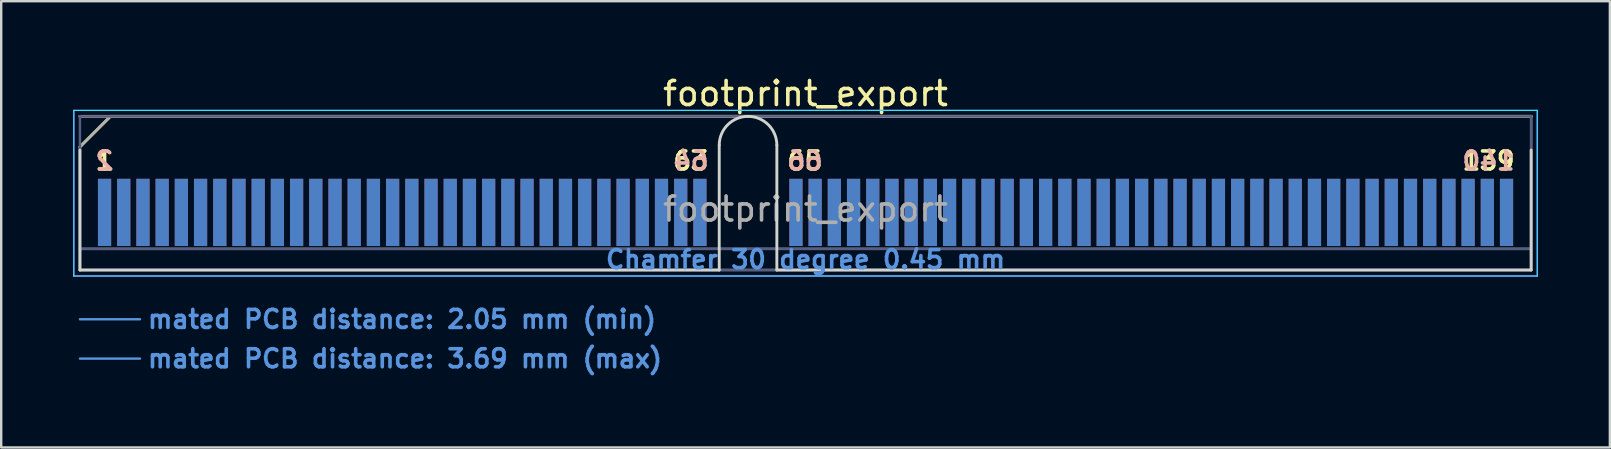
<source format=kicad_pcb>
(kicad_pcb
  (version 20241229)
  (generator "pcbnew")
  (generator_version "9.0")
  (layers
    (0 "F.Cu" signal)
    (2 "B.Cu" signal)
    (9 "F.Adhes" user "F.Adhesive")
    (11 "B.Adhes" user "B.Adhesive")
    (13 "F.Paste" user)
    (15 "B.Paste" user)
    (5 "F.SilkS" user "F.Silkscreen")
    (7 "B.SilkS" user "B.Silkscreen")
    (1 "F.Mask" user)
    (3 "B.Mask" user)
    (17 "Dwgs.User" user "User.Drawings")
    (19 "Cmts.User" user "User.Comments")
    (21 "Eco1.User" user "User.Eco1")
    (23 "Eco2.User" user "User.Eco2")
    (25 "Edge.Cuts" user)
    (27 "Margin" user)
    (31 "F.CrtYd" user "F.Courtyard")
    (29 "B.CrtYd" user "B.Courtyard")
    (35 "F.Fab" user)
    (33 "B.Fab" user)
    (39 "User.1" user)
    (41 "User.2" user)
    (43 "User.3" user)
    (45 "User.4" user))
  (footprint "footprint_export"
    (layer "F.Cu")
    (at 30.505 8.198)
    (property "Reference" "footprint_export" (at 0 -7.35 0) (layer "F.SilkS") (effects (font (size 1 1) (thickness 0.15))))
    (attr exclude_from_pos_files exclude_from_bom)
    (fp_line (start -30.225 -5.13) (end -28.955 -6.4) (stroke (width 0.12) (type solid)) (layer "F.SilkS"))
    (fp_line (start -28.955 -6.4) (end 30.225 -6.4) (stroke (width 0.12) (type solid)) (layer "F.SilkS"))
    (fp_line (start -30.225 -6.4) (end -30.225 -6.4) (stroke (width 0.12) (type solid)) (layer "B.SilkS"))
    (fp_line (start -30.225 -6.4) (end 30.225 -6.4) (stroke (width 0.12) (type solid)) (layer "B.SilkS"))
    (fp_line (start -30.225 2.05) (end -27.725 2.05) (stroke (width 0.1) (type solid)) (layer "Cmts.User"))
    (fp_line (start -30.225 3.69) (end -27.725 3.69) (stroke (width 0.1) (type solid)) (layer "Cmts.User"))
    (fp_line (start -30.225 -5) (end -30.225 0) (stroke (width 0.12) (type solid)) (layer "Edge.Cuts"))
    (fp_line (start -30.225 0) (end -3.595 0) (stroke (width 0.12) (type solid)) (layer "Edge.Cuts"))
    (fp_line (start -3.595 0) (end -3.595 -5.2) (stroke (width 0.12) (type solid)) (layer "Edge.Cuts"))
    (fp_line (start -1.195 -5.2) (end -1.195 0) (stroke (width 0.12) (type solid)) (layer "Edge.Cuts"))
    (fp_line (start -1.195 0) (end 30.225 0) (stroke (width 0.12) (type solid)) (layer "Edge.Cuts"))
    (fp_line (start 30.225 0) (end 30.225 -5) (stroke (width 0.12) (type solid)) (layer "Edge.Cuts"))
    (fp_arc (start -3.595 -5.2) (mid -2.395 -6.4) (end -1.195 -5.2) (stroke (width 0.12) (type solid)) (layer "Edge.Cuts"))
    (fp_line (start -30.48 -6.65) (end -30.48 0.25) (stroke (width 0.05) (type solid)) (layer "B.CrtYd"))
    (fp_line (start -30.48 0.25) (end 30.48 0.25) (stroke (width 0.05) (type solid)) (layer "B.CrtYd"))
    (fp_line (start 30.48 -6.65) (end -30.48 -6.65) (stroke (width 0.05) (type solid)) (layer "B.CrtYd"))
    (fp_line (start 30.48 0.25) (end 30.48 -6.65) (stroke (width 0.05) (type solid)) (layer "B.CrtYd"))
    (fp_line (start -30.48 -6.65) (end -30.48 0.25) (stroke (width 0.05) (type solid)) (layer "F.CrtYd"))
    (fp_line (start -30.48 0.25) (end 30.48 0.25) (stroke (width 0.05) (type solid)) (layer "F.CrtYd"))
    (fp_line (start 30.48 -6.65) (end -30.48 -6.65) (stroke (width 0.05) (type solid)) (layer "F.CrtYd"))
    (fp_line (start 30.48 0.25) (end 30.48 -6.65) (stroke (width 0.05) (type solid)) (layer "F.CrtYd"))
    (fp_line (start -30.225 -6.4) (end -30.225 -6.4) (stroke (width 0.1) (type solid)) (layer "B.Fab"))
    (fp_line (start -30.225 -6.4) (end -30.225 0) (stroke (width 0.1) (type solid)) (layer "B.Fab"))
    (fp_line (start -30.225 -6.4) (end 30.225 -6.4) (stroke (width 0.1) (type solid)) (layer "B.Fab"))
    (fp_line (start -30.225 -0.88) (end 30.225 -0.88) (stroke (width 0.1) (type solid)) (layer "B.Fab"))
    (fp_line (start -30.225 0) (end 30.225 0) (stroke (width 0.1) (type solid)) (layer "B.Fab"))
    (fp_line (start 30.225 -6.4) (end 30.225 0) (stroke (width 0.1) (type solid)) (layer "B.Fab"))
    (fp_line (start -30.225 -5.13) (end -30.225 0) (stroke (width 0.1) (type solid)) (layer "F.Fab"))
    (fp_line (start -30.225 -5.13) (end -28.955 -6.4) (stroke (width 0.1) (type solid)) (layer "F.Fab"))
    (fp_line (start -30.225 -0.88) (end 30.225 -0.88) (stroke (width 0.1) (type solid)) (layer "F.Fab"))
    (fp_line (start -30.225 0) (end 30.225 0) (stroke (width 0.1) (type solid)) (layer "F.Fab"))
    (fp_line (start -28.955 -6.4) (end 30.225 -6.4) (stroke (width 0.1) (type solid)) (layer "F.Fab"))
    (fp_line (start 30.225 -6.4) (end 30.225 0) (stroke (width 0.1) (type solid)) (layer "F.Fab"))
    (fp_text user "139" (at 28.45 -4.55 0) (layer "F.SilkS") (effects (font (size 0.75 0.75) (thickness 0.15))))
    (fp_text user "63" (at -4.775 -4.55 0) (layer "F.SilkS") (effects (font (size 0.75 0.75) (thickness 0.15))))
    (fp_text user "1" (at -29.2 -4.55 0) (layer "F.SilkS") (effects (font (size 0.75 0.75) (thickness 0.15))))
    (fp_text user "65" (at -0.025 -4.55 0) (layer "F.SilkS") (effects (font (size 0.75 0.75) (thickness 0.15))))
    (fp_text user "140" (at 28.45 -4.55 0) (layer "B.SilkS") (effects (font (size 0.75 0.75) (thickness 0.15)) (justify mirror)))
    (fp_text user "64" (at -4.775 -4.55 0) (layer "B.SilkS") (effects (font (size 0.75 0.75) (thickness 0.15)) (justify mirror)))
    (fp_text user "66" (at -0.025 -4.55 0) (layer "B.SilkS") (effects (font (size 0.75 0.75) (thickness 0.15)) (justify mirror)))
    (fp_text user "2" (at -29.2 -4.55 0) (layer "B.SilkS") (effects (font (size 0.75 0.75) (thickness 0.15)) (justify mirror)))
    (fp_text user "mated PCB distance: 3.69 mm (max)" (at -27.48 3.69 0) (layer "Cmts.User") (effects (font (size 0.75 0.75) (thickness 0.15)) (justify left)))
    (fp_text user "mated PCB distance: 2.05 mm (min)" (at -27.48 2.05 0) (layer "Cmts.User") (effects (font (size 0.75 0.75) (thickness 0.15)) (justify left)))
    (fp_text user "Chamfer 30 degree 0.45 mm" (at 0 -0.44 0) (layer "Cmts.User") (effects (font (size 0.75 0.75) (thickness 0.15))))
    (fp_text user "${REFERENCE}" (at 0 -2.54 0) (layer "F.Fab") (effects (font (size 1 1) (thickness 0.15))))
    (pad "1" connect rect (at -29.2 -2.4) (size 0.55 2.8) (layers "F.Cu" "F.Mask"))
    (pad "2" connect rect (at -29.2 -2.4) (size 0.55 2.8) (layers "B.Cu" "B.Mask"))
    (pad "3" connect rect (at -28.4 -2.4) (size 0.55 2.8) (layers "F.Cu" "F.Mask"))
    (pad "4" connect rect (at -28.4 -2.4) (size 0.55 2.8) (layers "B.Cu" "B.Mask"))
    (pad "5" connect rect (at -27.6 -2.4) (size 0.55 2.8) (layers "F.Cu" "F.Mask"))
    (pad "6" connect rect (at -27.6 -2.4) (size 0.55 2.8) (layers "B.Cu" "B.Mask"))
    (pad "7" connect rect (at -26.8 -2.4) (size 0.55 2.8) (layers "F.Cu" "F.Mask"))
    (pad "8" connect rect (at -26.8 -2.4) (size 0.55 2.8) (layers "B.Cu" "B.Mask"))
    (pad "9" connect rect (at -26 -2.4) (size 0.55 2.8) (layers "F.Cu" "F.Mask"))
    (pad "10" connect rect (at -26 -2.4) (size 0.55 2.8) (layers "B.Cu" "B.Mask"))
    (pad "11" connect rect (at -25.2 -2.4) (size 0.55 2.8) (layers "F.Cu" "F.Mask"))
    (pad "12" connect rect (at -25.2 -2.4) (size 0.55 2.8) (layers "B.Cu" "B.Mask"))
    (pad "13" connect rect (at -24.4 -2.4) (size 0.55 2.8) (layers "F.Cu" "F.Mask"))
    (pad "14" connect rect (at -24.4 -2.4) (size 0.55 2.8) (layers "B.Cu" "B.Mask"))
    (pad "15" connect rect (at -23.6 -2.4) (size 0.55 2.8) (layers "F.Cu" "F.Mask"))
    (pad "16" connect rect (at -23.6 -2.4) (size 0.55 2.8) (layers "B.Cu" "B.Mask"))
    (pad "17" connect rect (at -22.8 -2.4) (size 0.55 2.8) (layers "F.Cu" "F.Mask"))
    (pad "18" connect rect (at -22.8 -2.4) (size 0.55 2.8) (layers "B.Cu" "B.Mask"))
    (pad "19" connect rect (at -22 -2.4) (size 0.55 2.8) (layers "F.Cu" "F.Mask"))
    (pad "20" connect rect (at -22 -2.4) (size 0.55 2.8) (layers "B.Cu" "B.Mask"))
    (pad "21" connect rect (at -21.2 -2.4) (size 0.55 2.8) (layers "F.Cu" "F.Mask"))
    (pad "22" connect rect (at -21.2 -2.4) (size 0.55 2.8) (layers "B.Cu" "B.Mask"))
    (pad "23" connect rect (at -20.4 -2.4) (size 0.55 2.8) (layers "F.Cu" "F.Mask"))
    (pad "24" connect rect (at -20.4 -2.4) (size 0.55 2.8) (layers "B.Cu" "B.Mask"))
    (pad "25" connect rect (at -19.6 -2.4) (size 0.55 2.8) (layers "F.Cu" "F.Mask"))
    (pad "26" connect rect (at -19.6 -2.4) (size 0.55 2.8) (layers "B.Cu" "B.Mask"))
    (pad "27" connect rect (at -18.8 -2.4) (size 0.55 2.8) (layers "F.Cu" "F.Mask"))
    (pad "28" connect rect (at -18.8 -2.4) (size 0.55 2.8) (layers "B.Cu" "B.Mask"))
    (pad "29" connect rect (at -18 -2.4) (size 0.55 2.8) (layers "F.Cu" "F.Mask"))
    (pad "30" connect rect (at -18 -2.4) (size 0.55 2.8) (layers "B.Cu" "B.Mask"))
    (pad "31" connect rect (at -17.2 -2.4) (size 0.55 2.8) (layers "F.Cu" "F.Mask"))
    (pad "32" connect rect (at -17.2 -2.4) (size 0.55 2.8) (layers "B.Cu" "B.Mask"))
    (pad "33" connect rect (at -16.4 -2.4) (size 0.55 2.8) (layers "F.Cu" "F.Mask"))
    (pad "34" connect rect (at -16.4 -2.4) (size 0.55 2.8) (layers "B.Cu" "B.Mask"))
    (pad "35" connect rect (at -15.6 -2.4) (size 0.55 2.8) (layers "F.Cu" "F.Mask"))
    (pad "36" connect rect (at -15.6 -2.4) (size 0.55 2.8) (layers "B.Cu" "B.Mask"))
    (pad "37" connect rect (at -14.8 -2.4) (size 0.55 2.8) (layers "F.Cu" "F.Mask"))
    (pad "38" connect rect (at -14.8 -2.4) (size 0.55 2.8) (layers "B.Cu" "B.Mask"))
    (pad "39" connect rect (at -14 -2.4) (size 0.55 2.8) (layers "F.Cu" "F.Mask"))
    (pad "40" connect rect (at -14 -2.4) (size 0.55 2.8) (layers "B.Cu" "B.Mask"))
    (pad "41" connect rect (at -13.2 -2.4) (size 0.55 2.8) (layers "F.Cu" "F.Mask"))
    (pad "42" connect rect (at -13.2 -2.4) (size 0.55 2.8) (layers "B.Cu" "B.Mask"))
    (pad "43" connect rect (at -12.4 -2.4) (size 0.55 2.8) (layers "F.Cu" "F.Mask"))
    (pad "44" connect rect (at -12.4 -2.4) (size 0.55 2.8) (layers "B.Cu" "B.Mask"))
    (pad "45" connect rect (at -11.6 -2.4) (size 0.55 2.8) (layers "F.Cu" "F.Mask"))
    (pad "46" connect rect (at -11.6 -2.4) (size 0.55 2.8) (layers "B.Cu" "B.Mask"))
    (pad "47" connect rect (at -10.8 -2.4) (size 0.55 2.8) (layers "F.Cu" "F.Mask"))
    (pad "48" connect rect (at -10.8 -2.4) (size 0.55 2.8) (layers "B.Cu" "B.Mask"))
    (pad "49" connect rect (at -10 -2.4) (size 0.55 2.8) (layers "F.Cu" "F.Mask"))
    (pad "50" connect rect (at -10 -2.4) (size 0.55 2.8) (layers "B.Cu" "B.Mask"))
    (pad "51" connect rect (at -9.2 -2.4) (size 0.55 2.8) (layers "F.Cu" "F.Mask"))
    (pad "52" connect rect (at -9.2 -2.4) (size 0.55 2.8) (layers "B.Cu" "B.Mask"))
    (pad "53" connect rect (at -8.4 -2.4) (size 0.55 2.8) (layers "F.Cu" "F.Mask"))
    (pad "54" connect rect (at -8.4 -2.4) (size 0.55 2.8) (layers "B.Cu" "B.Mask"))
    (pad "55" connect rect (at -7.6 -2.4) (size 0.55 2.8) (layers "F.Cu" "F.Mask"))
    (pad "56" connect rect (at -7.6 -2.4) (size 0.55 2.8) (layers "B.Cu" "B.Mask"))
    (pad "57" connect rect (at -6.8 -2.4) (size 0.55 2.8) (layers "F.Cu" "F.Mask"))
    (pad "58" connect rect (at -6.8 -2.4) (size 0.55 2.8) (layers "B.Cu" "B.Mask"))
    (pad "59" connect rect (at -6 -2.4) (size 0.55 2.8) (layers "F.Cu" "F.Mask"))
    (pad "60" connect rect (at -6 -2.4) (size 0.55 2.8) (layers "B.Cu" "B.Mask"))
    (pad "61" connect rect (at -5.2 -2.4) (size 0.55 2.8) (layers "F.Cu" "F.Mask"))
    (pad "62" connect rect (at -5.2 -2.4) (size 0.55 2.8) (layers "B.Cu" "B.Mask"))
    (pad "63" connect rect (at -4.4 -2.4) (size 0.55 2.8) (layers "F.Cu" "F.Mask"))
    (pad "64" connect rect (at -4.4 -2.4) (size 0.55 2.8) (layers "B.Cu" "B.Mask"))
    (pad "65" connect rect (at -0.4 -2.4) (size 0.55 2.8) (layers "F.Cu" "F.Mask"))
    (pad "66" connect rect (at -0.4 -2.4) (size 0.55 2.8) (layers "B.Cu" "B.Mask"))
    (pad "67" connect rect (at 0.4 -2.4) (size 0.55 2.8) (layers "F.Cu" "F.Mask"))
    (pad "68" connect rect (at 0.4 -2.4) (size 0.55 2.8) (layers "B.Cu" "B.Mask"))
    (pad "69" connect rect (at 1.2 -2.4) (size 0.55 2.8) (layers "F.Cu" "F.Mask"))
    (pad "70" connect rect (at 1.2 -2.4) (size 0.55 2.8) (layers "B.Cu" "B.Mask"))
    (pad "71" connect rect (at 2 -2.4) (size 0.55 2.8) (layers "F.Cu" "F.Mask"))
    (pad "72" connect rect (at 2 -2.4) (size 0.55 2.8) (layers "B.Cu" "B.Mask"))
    (pad "73" connect rect (at 2.8 -2.4) (size 0.55 2.8) (layers "F.Cu" "F.Mask"))
    (pad "74" connect rect (at 2.8 -2.4) (size 0.55 2.8) (layers "B.Cu" "B.Mask"))
    (pad "75" connect rect (at 3.6 -2.4) (size 0.55 2.8) (layers "F.Cu" "F.Mask"))
    (pad "76" connect rect (at 3.6 -2.4) (size 0.55 2.8) (layers "B.Cu" "B.Mask"))
    (pad "77" connect rect (at 4.4 -2.4) (size 0.55 2.8) (layers "F.Cu" "F.Mask"))
    (pad "78" connect rect (at 4.4 -2.4) (size 0.55 2.8) (layers "B.Cu" "B.Mask"))
    (pad "79" connect rect (at 5.2 -2.4) (size 0.55 2.8) (layers "F.Cu" "F.Mask"))
    (pad "80" connect rect (at 5.2 -2.4) (size 0.55 2.8) (layers "B.Cu" "B.Mask"))
    (pad "81" connect rect (at 6 -2.4) (size 0.55 2.8) (layers "F.Cu" "F.Mask"))
    (pad "82" connect rect (at 6 -2.4) (size 0.55 2.8) (layers "B.Cu" "B.Mask"))
    (pad "83" connect rect (at 6.8 -2.4) (size 0.55 2.8) (layers "F.Cu" "F.Mask"))
    (pad "84" connect rect (at 6.8 -2.4) (size 0.55 2.8) (layers "B.Cu" "B.Mask"))
    (pad "85" connect rect (at 7.6 -2.4) (size 0.55 2.8) (layers "F.Cu" "F.Mask"))
    (pad "86" connect rect (at 7.6 -2.4) (size 0.55 2.8) (layers "B.Cu" "B.Mask"))
    (pad "87" connect rect (at 8.4 -2.4) (size 0.55 2.8) (layers "F.Cu" "F.Mask"))
    (pad "88" connect rect (at 8.4 -2.4) (size 0.55 2.8) (layers "B.Cu" "B.Mask"))
    (pad "89" connect rect (at 9.2 -2.4) (size 0.55 2.8) (layers "F.Cu" "F.Mask"))
    (pad "90" connect rect (at 9.2 -2.4) (size 0.55 2.8) (layers "B.Cu" "B.Mask"))
    (pad "91" connect rect (at 10 -2.4) (size 0.55 2.8) (layers "F.Cu" "F.Mask"))
    (pad "92" connect rect (at 10 -2.4) (size 0.55 2.8) (layers "B.Cu" "B.Mask"))
    (pad "93" connect rect (at 10.8 -2.4) (size 0.55 2.8) (layers "F.Cu" "F.Mask"))
    (pad "94" connect rect (at 10.8 -2.4) (size 0.55 2.8) (layers "B.Cu" "B.Mask"))
    (pad "95" connect rect (at 11.6 -2.4) (size 0.55 2.8) (layers "F.Cu" "F.Mask"))
    (pad "96" connect rect (at 11.6 -2.4) (size 0.55 2.8) (layers "B.Cu" "B.Mask"))
    (pad "97" connect rect (at 12.4 -2.4) (size 0.55 2.8) (layers "F.Cu" "F.Mask"))
    (pad "98" connect rect (at 12.4 -2.4) (size 0.55 2.8) (layers "B.Cu" "B.Mask"))
    (pad "99" connect rect (at 13.2 -2.4) (size 0.55 2.8) (layers "F.Cu" "F.Mask"))
    (pad "100" connect rect (at 13.2 -2.4) (size 0.55 2.8) (layers "B.Cu" "B.Mask"))
    (pad "101" connect rect (at 14 -2.4) (size 0.55 2.8) (layers "F.Cu" "F.Mask"))
    (pad "102" connect rect (at 14 -2.4) (size 0.55 2.8) (layers "B.Cu" "B.Mask"))
    (pad "103" connect rect (at 14.8 -2.4) (size 0.55 2.8) (layers "F.Cu" "F.Mask"))
    (pad "104" connect rect (at 14.8 -2.4) (size 0.55 2.8) (layers "B.Cu" "B.Mask"))
    (pad "105" connect rect (at 15.6 -2.4) (size 0.55 2.8) (layers "F.Cu" "F.Mask"))
    (pad "106" connect rect (at 15.6 -2.4) (size 0.55 2.8) (layers "B.Cu" "B.Mask"))
    (pad "107" connect rect (at 16.4 -2.4) (size 0.55 2.8) (layers "F.Cu" "F.Mask"))
    (pad "108" connect rect (at 16.4 -2.4) (size 0.55 2.8) (layers "B.Cu" "B.Mask"))
    (pad "109" connect rect (at 17.2 -2.4) (size 0.55 2.8) (layers "F.Cu" "F.Mask"))
    (pad "110" connect rect (at 17.2 -2.4) (size 0.55 2.8) (layers "B.Cu" "B.Mask"))
    (pad "111" connect rect (at 18 -2.4) (size 0.55 2.8) (layers "F.Cu" "F.Mask"))
    (pad "112" connect rect (at 18 -2.4) (size 0.55 2.8) (layers "B.Cu" "B.Mask"))
    (pad "113" connect rect (at 18.8 -2.4) (size 0.55 2.8) (layers "F.Cu" "F.Mask"))
    (pad "114" connect rect (at 18.8 -2.4) (size 0.55 2.8) (layers "B.Cu" "B.Mask"))
    (pad "115" connect rect (at 19.6 -2.4) (size 0.55 2.8) (layers "F.Cu" "F.Mask"))
    (pad "116" connect rect (at 19.6 -2.4) (size 0.55 2.8) (layers "B.Cu" "B.Mask"))
    (pad "117" connect rect (at 20.4 -2.4) (size 0.55 2.8) (layers "F.Cu" "F.Mask"))
    (pad "118" connect rect (at 20.4 -2.4) (size 0.55 2.8) (layers "B.Cu" "B.Mask"))
    (pad "119" connect rect (at 21.2 -2.4) (size 0.55 2.8) (layers "F.Cu" "F.Mask"))
    (pad "120" connect rect (at 21.2 -2.4) (size 0.55 2.8) (layers "B.Cu" "B.Mask"))
    (pad "121" connect rect (at 22 -2.4) (size 0.55 2.8) (layers "F.Cu" "F.Mask"))
    (pad "122" connect rect (at 22 -2.4) (size 0.55 2.8) (layers "B.Cu" "B.Mask"))
    (pad "123" connect rect (at 22.8 -2.4) (size 0.55 2.8) (layers "F.Cu" "F.Mask"))
    (pad "124" connect rect (at 22.8 -2.4) (size 0.55 2.8) (layers "B.Cu" "B.Mask"))
    (pad "125" connect rect (at 23.6 -2.4) (size 0.55 2.8) (layers "F.Cu" "F.Mask"))
    (pad "126" connect rect (at 23.6 -2.4) (size 0.55 2.8) (layers "B.Cu" "B.Mask"))
    (pad "127" connect rect (at 24.4 -2.4) (size 0.55 2.8) (layers "F.Cu" "F.Mask"))
    (pad "128" connect rect (at 24.4 -2.4) (size 0.55 2.8) (layers "B.Cu" "B.Mask"))
    (pad "129" connect rect (at 25.2 -2.4) (size 0.55 2.8) (layers "F.Cu" "F.Mask"))
    (pad "130" connect rect (at 25.2 -2.4) (size 0.55 2.8) (layers "B.Cu" "B.Mask"))
    (pad "131" connect rect (at 26 -2.4) (size 0.55 2.8) (layers "F.Cu" "F.Mask"))
    (pad "132" connect rect (at 26 -2.4) (size 0.55 2.8) (layers "B.Cu" "B.Mask"))
    (pad "133" connect rect (at 26.8 -2.4) (size 0.55 2.8) (layers "F.Cu" "F.Mask"))
    (pad "134" connect rect (at 26.8 -2.4) (size 0.55 2.8) (layers "B.Cu" "B.Mask"))
    (pad "135" connect rect (at 27.6 -2.4) (size 0.55 2.8) (layers "F.Cu" "F.Mask"))
    (pad "136" connect rect (at 27.6 -2.4) (size 0.55 2.8) (layers "B.Cu" "B.Mask"))
    (pad "137" connect rect (at 28.4 -2.4) (size 0.55 2.8) (layers "F.Cu" "F.Mask"))
    (pad "138" connect rect (at 28.4 -2.4) (size 0.55 2.8) (layers "B.Cu" "B.Mask"))
    (pad "139" connect rect (at 29.2 -2.4) (size 0.55 2.8) (layers "F.Cu" "F.Mask"))
    (pad "140" connect rect (at 29.2 -2.4) (size 0.55 2.8) (layers "B.Cu" "B.Mask")))
  (gr_rect
    (start -3 -3)
    (end 64.01 15.59)
    (stroke (width 0.1) (type default))
    (fill no)
    (layer "Edge.Cuts")))
</source>
